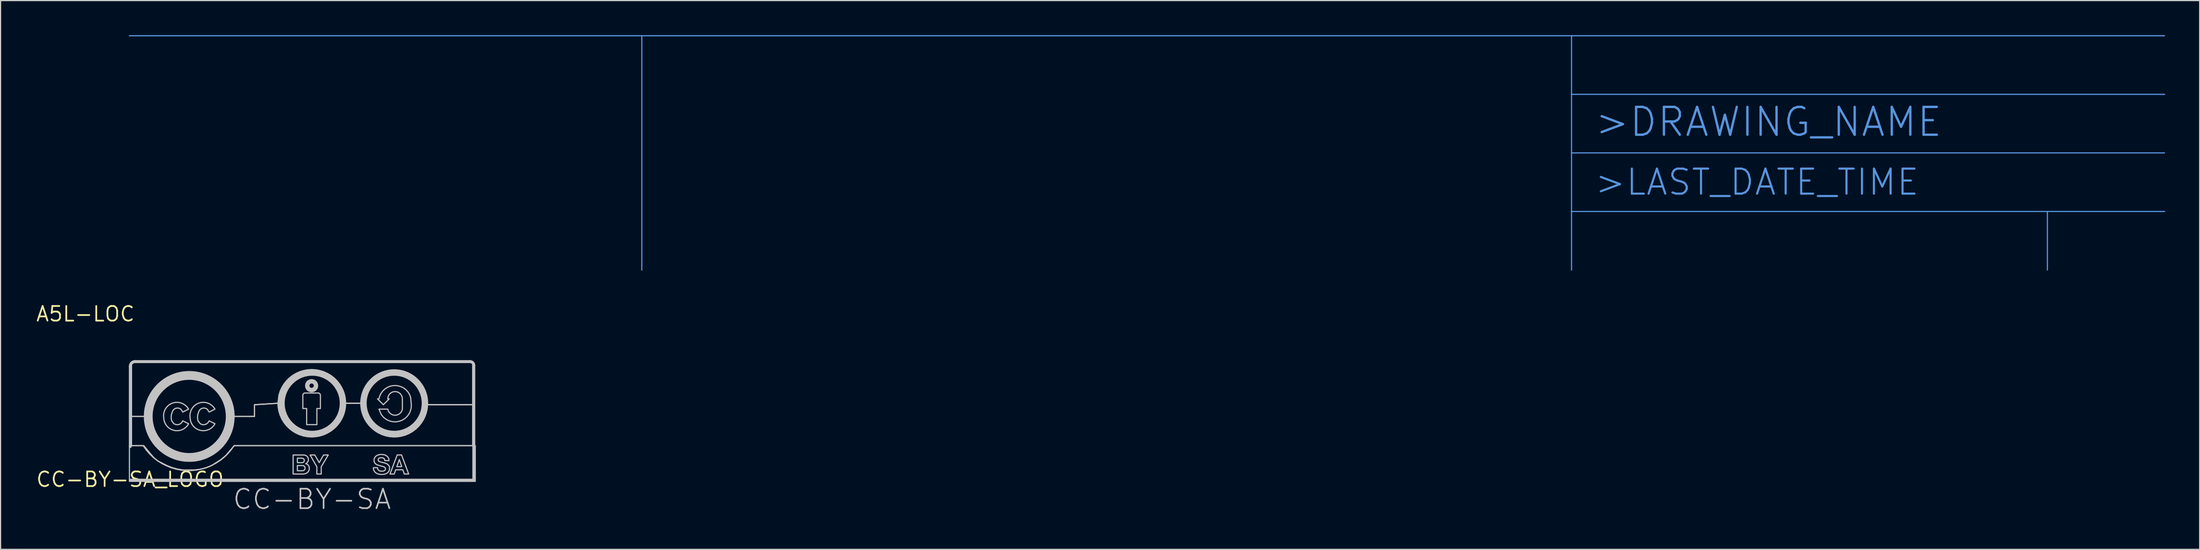
<source format=kicad_pcb>
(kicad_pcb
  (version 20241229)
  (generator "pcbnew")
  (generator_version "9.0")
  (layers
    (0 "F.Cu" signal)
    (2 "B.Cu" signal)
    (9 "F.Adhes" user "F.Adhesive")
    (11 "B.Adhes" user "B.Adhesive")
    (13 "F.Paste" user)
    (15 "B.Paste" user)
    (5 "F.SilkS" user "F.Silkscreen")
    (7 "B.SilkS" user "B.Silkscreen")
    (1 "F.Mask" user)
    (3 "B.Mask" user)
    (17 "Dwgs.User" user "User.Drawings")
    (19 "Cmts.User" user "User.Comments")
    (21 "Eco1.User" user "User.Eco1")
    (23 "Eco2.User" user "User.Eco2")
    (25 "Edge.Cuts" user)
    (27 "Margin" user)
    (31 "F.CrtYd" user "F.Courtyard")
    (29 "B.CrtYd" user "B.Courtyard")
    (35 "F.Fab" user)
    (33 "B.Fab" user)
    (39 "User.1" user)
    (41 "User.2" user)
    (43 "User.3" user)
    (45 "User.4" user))
  (footprint "CC-BY-SA_LOGO"
    (layer "F.Cu")
    (at 8.232 38.533)
    (property "Reference" "CC-BY-SA_LOGO" (at 0 0 0) (layer "F.SilkS") (effects (font (size 1.27 1.27) (thickness 0.15))))
    (attr through_hole)
    (fp_line (start 0.022 -9.812) (end 0.022 -2.853) (stroke (width 0.254) (type solid)) (layer "Dwgs.User"))
    (fp_line (start 0.047 0.068) (end 29.816 0.068) (stroke (width 0.254) (type solid)) (layer "Dwgs.User"))
    (fp_line (start 29.486 -10.219) (end 0.428 -10.219) (stroke (width 0.254) (type solid)) (layer "Dwgs.User"))
    (fp_line (start 29.816 0.068) (end 29.816 -9.888) (stroke (width 0.254) (type solid)) (layer "Dwgs.User"))
    (fp_arc (start 0.0216 -9.8122) (mid 0.140632 -10.099568) (end 0.428 -10.2186) (stroke (width 0.254) (type solid)) (layer "Dwgs.User"))
    (fp_arc (start 29.4856 -10.2186) (mid 29.719087 -10.121887) (end 29.8158 -9.8884) (stroke (width 0.254) (type solid)) (layer "Dwgs.User"))
    (fp_circle (center 5.131 -5.461) (end 8.687 -5.461) (stroke (width 0.762) (type solid)) (fill no) (layer "Dwgs.User"))
    (fp_circle (center 15.748 -8.128) (end 15.938 -8.128) (stroke (width 0.381) (type solid)) (fill no) (layer "Dwgs.User"))
    (fp_circle (center 15.799 -6.604) (end 18.466 -6.604) (stroke (width 0.559) (type solid)) (fill no) (layer "Dwgs.User"))
    (fp_circle (center 22.911 -6.604) (end 25.578 -6.604) (stroke (width 0.559) (type solid)) (fill no) (layer "Dwgs.User"))
    (fp_poly (pts (xy 23.138 -1.106) (xy 23.356 -1.719) (xy 23.567 -1.106)) (stroke (width 0.1) (type solid)) (fill no) (layer "Dwgs.User"))
    (fp_poly (pts (xy 22.547 -0.466) (xy 23.172 -2.121) (xy 23.548 -2.121) (xy 24.167 -0.466) (xy 23.787 -0.465) (xy 23.663 -0.835) (xy 23.041 -0.835) (xy 22.914 -0.466)) (stroke (width 0.1) (type solid)) (fill no) (layer "Dwgs.User"))
    (fp_poly (pts (xy 15.617 -2.116) (xy 16.024 -2.116) (xy 16.405 -1.456) (xy 16.786 -2.116) (xy 17.192 -2.116) (xy 16.582 -1.1) (xy 16.582 -0.465) (xy 16.201 -0.465) (xy 16.201 -1.1)) (stroke (width 0.1) (type solid)) (fill no) (layer "Dwgs.User"))
    (fp_poly (pts (xy 14.986 -6.096) (xy 14.986 -7.366) (xy 15.113 -7.493) (xy 16.383 -7.493) (xy 16.51 -7.366) (xy 16.51 -6.147) (xy 16.205 -6.147) (xy 16.205 -4.75) (xy 15.316 -4.75) (xy 15.316 -6.147) (xy 14.986 -6.147)) (stroke (width 0.1) (type solid)) (fill no) (layer "Dwgs.User"))
    (fp_poly (pts (xy 14.513 -1.838) (xy 14.891 -1.838) (xy 14.913 -1.837) (xy 14.973 -1.826) (xy 15.006 -1.815) (xy 15.051 -1.788) (xy 15.071 -1.765) (xy 15.099 -1.717) (xy 15.105 -1.69) (xy 15.105 -1.581) (xy 15.084 -1.53) (xy 15.002 -1.467) (xy 14.949 -1.452) (xy 14.513 -1.452)) (stroke (width 0.1) (type solid)) (fill no) (layer "Dwgs.User"))
    (fp_poly (pts (xy 14.513 -1.203) (xy 14.989 -1.203) (xy 15.053 -1.185) (xy 15.148 -1.114) (xy 15.173 -1.053) (xy 15.173 -0.925) (xy 15.167 -0.89) (xy 15.136 -0.832) (xy 15.116 -0.811) (xy 15.068 -0.778) (xy 15.038 -0.767) (xy 14.973 -0.752) (xy 14.941 -0.749) (xy 14.513 -0.749)) (stroke (width 0.1) (type solid)) (fill no) (layer "Dwgs.User"))
    (fp_poly (pts (xy -0.08 -2.929) (xy 1.19 -2.929) (xy 1.774 -2.218) (xy 2.066 -1.884) (xy 2.406 -1.599) (xy 3.197 -1.202) (xy 3.652 -1.023) (xy 4.124 -0.894) (xy 4.607 -0.817) (xy 5.584 -0.821) (xy 6.079 -0.879) (xy 6.563 -0.999) (xy 7.028 -1.18) (xy 7.87 -1.71) (xy 8.304 -2.072) (xy 9.039 -2.929) (xy 29.943 -2.929) (xy 29.943 0.17) (xy -0.055 0.17) (xy -0.055 -2.929) (xy -0.029 -2.929)) (stroke (width 0.1) (type solid)) (fill no) (layer "Dwgs.User"))
    (fp_poly (pts (xy 14.144 -2.116) (xy 15.058 -2.116) (xy 15.211 -2.091) (xy 15.262 -2.065) (xy 15.338 -2.014) (xy 15.389 -1.964) (xy 15.439 -1.862) (xy 15.465 -1.786) (xy 15.465 -1.633) (xy 15.439 -1.557) (xy 15.363 -1.456) (xy 15.312 -1.405) (xy 15.236 -1.354) (xy 15.338 -1.329) (xy 15.414 -1.278) (xy 15.516 -1.151) (xy 15.541 -1.049) (xy 15.541 -0.871) (xy 15.516 -0.77) (xy 15.439 -0.643) (xy 15.414 -0.617) (xy 15.262 -0.516) (xy 15.058 -0.465) (xy 14.144 -0.465)) (stroke (width 0.1) (type solid)) (fill no) (layer "Dwgs.User"))
    (fp_poly (pts (xy 5.08 -6.096) (xy 4.947 -6.285) (xy 4.779 -6.444) (xy 4.582 -6.567) (xy 4.366 -6.648) (xy 4.137 -6.685) (xy 3.906 -6.676) (xy 3.681 -6.621) (xy 3.471 -6.522) (xy 3.285 -6.384) (xy 3.131 -6.212) (xy 3.013 -6.013) (xy 2.937 -5.794) (xy 2.906 -5.565) (xy 2.921 -5.334) (xy 2.951 -5.105) (xy 3.027 -4.887) (xy 3.144 -4.688) (xy 3.299 -4.517) (xy 3.485 -4.381) (xy 3.695 -4.284) (xy 3.919 -4.231) (xy 4.15 -4.224) (xy 4.377 -4.263) (xy 4.592 -4.348) (xy 4.786 -4.473) (xy 4.951 -4.635) (xy 5.08 -4.826) (xy 4.572 -5.08) (xy 4.497 -4.943) (xy 4.384 -4.835) (xy 4.244 -4.766) (xy 4.089 -4.742) (xy 3.935 -4.766) (xy 3.795 -4.835) (xy 3.607 -5.08) (xy 3.607 -5.08) (xy 3.564 -5.336) (xy 3.581 -5.594) (xy 3.658 -5.842) (xy 3.658 -5.842) (xy 3.721 -5.982) (xy 3.827 -6.095) (xy 3.963 -6.168) (xy 4.115 -6.193) (xy 4.267 -6.168) (xy 4.403 -6.095) (xy 4.572 -5.842)) (stroke (width 0.1) (type solid)) (fill no) (layer "Dwgs.User"))
    (fp_poly (pts (xy 7.366 -6.096) (xy 7.233 -6.285) (xy 7.065 -6.444) (xy 6.868 -6.567) (xy 6.652 -6.648) (xy 6.423 -6.685) (xy 6.192 -6.676) (xy 5.967 -6.621) (xy 5.757 -6.522) (xy 5.571 -6.384) (xy 5.417 -6.212) (xy 5.299 -6.013) (xy 5.223 -5.794) (xy 5.192 -5.565) (xy 5.207 -5.334) (xy 5.237 -5.105) (xy 5.313 -4.887) (xy 5.43 -4.688) (xy 5.585 -4.517) (xy 5.771 -4.381) (xy 5.981 -4.284) (xy 6.205 -4.231) (xy 6.436 -4.224) (xy 6.663 -4.263) (xy 6.878 -4.348) (xy 7.072 -4.473) (xy 7.237 -4.635) (xy 7.366 -4.826) (xy 6.858 -5.08) (xy 6.783 -4.943) (xy 6.67 -4.835) (xy 6.53 -4.766) (xy 6.375 -4.742) (xy 6.221 -4.766) (xy 6.081 -4.835) (xy 5.893 -5.08) (xy 5.893 -5.08) (xy 5.85 -5.336) (xy 5.867 -5.594) (xy 5.944 -5.842) (xy 5.944 -5.842) (xy 6.007 -5.982) (xy 6.113 -6.095) (xy 6.249 -6.168) (xy 6.401 -6.193) (xy 6.553 -6.168) (xy 6.689 -6.095) (xy 6.858 -5.842)) (stroke (width 0.1) (type solid)) (fill no) (layer "Dwgs.User"))
    (fp_poly (pts (xy 21.971 -6.477) (xy 21.463 -6.985) (xy 21.59 -6.985) (xy 21.59 -6.985) (xy 21.657 -7.229) (xy 21.767 -7.457) (xy 21.916 -7.662) (xy 22.099 -7.837) (xy 22.31 -7.977) (xy 22.543 -8.076) (xy 22.79 -8.132) (xy 23.043 -8.143) (xy 23.294 -8.109) (xy 23.535 -8.031) (xy 23.758 -7.91) (xy 23.955 -7.752) (xy 24.122 -7.561) (xy 24.251 -7.344) (xy 24.34 -7.106) (xy 24.384 -6.604) (xy 24.384 -6.604) (xy 24.396 -6.349) (xy 24.362 -6.097) (xy 24.283 -5.854) (xy 24.163 -5.629) (xy 24.004 -5.43) (xy 23.812 -5.262) (xy 23.593 -5.131) (xy 23.355 -5.041) (xy 23.104 -4.995) (xy 22.849 -4.995) (xy 22.598 -5.041) (xy 22.359 -5.131) (xy 22.14 -5.261) (xy 21.948 -5.429) (xy 21.789 -5.629) (xy 21.59 -6.096) (xy 22.352 -6.096) (xy 22.352 -6.096) (xy 22.407 -5.925) (xy 22.508 -5.777) (xy 22.645 -5.661) (xy 22.809 -5.588) (xy 22.987 -5.563) (xy 23.165 -5.588) (xy 23.329 -5.661) (xy 23.466 -5.777) (xy 23.567 -5.925) (xy 23.622 -6.096) (xy 23.622 -6.985) (xy 23.6 -7.149) (xy 23.537 -7.303) (xy 23.436 -7.434) (xy 23.305 -7.535) (xy 23.151 -7.598) (xy 22.987 -7.62) (xy 22.823 -7.598) (xy 22.669 -7.535) (xy 22.538 -7.434) (xy 22.437 -7.303) (xy 22.374 -7.149) (xy 22.352 -6.985) (xy 22.479 -6.985)) (stroke (width 0.1) (type solid)) (fill no) (layer "Dwgs.User"))
    (fp_poly (pts (xy 0.127 -5.461) (xy 0.127 -10.16) (xy 29.718 -10.16) (xy 29.718 -6.477) (xy 25.781 -6.477) (xy 25.768 -6.822) (xy 25.713 -7.163) (xy 25.618 -7.494) (xy 25.483 -7.812) (xy 25.311 -8.111) (xy 25.104 -8.388) (xy 24.866 -8.637) (xy 24.599 -8.856) (xy 24.308 -9.041) (xy 23.996 -9.19) (xy 23.669 -9.3) (xy 23.331 -9.37) (xy 22.987 -9.398) (xy 22.642 -9.385) (xy 22.301 -9.33) (xy 21.97 -9.235) (xy 21.652 -9.1) (xy 21.353 -8.928) (xy 21.076 -8.721) (xy 20.827 -8.483) (xy 20.608 -8.216) (xy 20.423 -7.925) (xy 20.274 -7.613) (xy 20.164 -7.286) (xy 20.094 -6.948) (xy 20.066 -6.604) (xy 18.669 -6.604) (xy 18.648 -6.956) (xy 18.584 -7.303) (xy 18.479 -7.64) (xy 18.334 -7.961) (xy 18.152 -8.263) (xy 17.934 -8.541) (xy 17.685 -8.79) (xy 17.407 -9.008) (xy 17.105 -9.19) (xy 16.784 -9.335) (xy 16.447 -9.44) (xy 16.1 -9.504) (xy 15.748 -9.525) (xy 15.396 -9.504) (xy 15.049 -9.44) (xy 14.712 -9.335) (xy 14.391 -9.19) (xy 14.089 -9.008) (xy 13.811 -8.79) (xy 13.562 -8.541) (xy 13.344 -8.263) (xy 13.162 -7.961) (xy 13.017 -7.64) (xy 12.912 -7.303) (xy 12.827 -6.604) (xy 10.795 -6.477) (xy 10.795 -5.461) (xy 9.017 -5.461) (xy 8.996 -5.866) (xy 8.932 -6.266) (xy 8.827 -6.658) (xy 8.682 -7.036) (xy 8.498 -7.398) (xy 8.277 -7.738) (xy 8.022 -8.053) (xy 7.735 -8.34) (xy 7.42 -8.595) (xy 7.08 -8.816) (xy 6.719 -9) (xy 6.34 -9.145) (xy 5.949 -9.25) (xy 5.548 -9.313) (xy 5.144 -9.335) (xy 4.739 -9.313) (xy 4.338 -9.25) (xy 3.947 -9.145) (xy 3.568 -9) (xy 3.207 -8.816) (xy 2.867 -8.595) (xy 2.552 -8.34) (xy 2.265 -8.053) (xy 2.01 -7.738) (xy 1.789 -7.398) (xy 1.605 -7.036) (xy 1.46 -6.658) (xy 1.355 -6.266) (xy 1.291 -5.866) (xy 1.27 -5.461)) (stroke (width 0.1) (type solid)) (fill no) (layer "Dwgs.User"))
    (fp_poly (pts (xy 22.453 -1.629) (xy 22.45 -1.724) (xy 22.431 -1.813) (xy 22.362 -1.933) (xy 22.31 -1.994) (xy 22.193 -2.078) (xy 22.119 -2.115) (xy 21.965 -2.152) (xy 21.878 -2.16) (xy 21.731 -2.163) (xy 21.643 -2.155) (xy 21.492 -2.11) (xy 21.426 -2.083) (xy 21.305 -1.998) (xy 21.26 -1.941) (xy 21.189 -1.829) (xy 21.172 -1.75) (xy 21.167 -1.589) (xy 21.183 -1.515) (xy 21.239 -1.412) (xy 21.279 -1.365) (xy 21.387 -1.288) (xy 21.41 -1.277) (xy 21.532 -1.225) (xy 21.657 -1.19) (xy 21.903 -1.127) (xy 21.984 -1.103) (xy 22.031 -1.082) (xy 22.079 -1.058) (xy 22.113 -1.026) (xy 22.143 -0.994) (xy 22.154 -0.963) (xy 22.153 -0.881) (xy 22.145 -0.842) (xy 22.106 -0.793) (xy 22.08 -0.773) (xy 22.026 -0.743) (xy 21.976 -0.727) (xy 21.897 -0.712) (xy 21.826 -0.711) (xy 21.781 -0.714) (xy 21.722 -0.719) (xy 21.661 -0.736) (xy 21.606 -0.759) (xy 21.554 -0.796) (xy 21.521 -0.831) (xy 21.495 -0.878) (xy 21.469 -0.934) (xy 21.464 -0.968) (xy 21.464 -1.016) (xy 21.109 -1.016) (xy 21.11 -0.921) (xy 21.13 -0.826) (xy 21.205 -0.683) (xy 21.254 -0.622) (xy 21.394 -0.519) (xy 21.464 -0.484) (xy 21.615 -0.445) (xy 21.706 -0.431) (xy 21.86 -0.431) (xy 21.929 -0.432) (xy 22.013 -0.439) (xy 22.13 -0.471) (xy 22.199 -0.495) (xy 22.273 -0.529) (xy 22.388 -0.624) (xy 22.434 -0.683) (xy 22.491 -0.81) (xy 22.505 -0.891) (xy 22.507 -1.045) (xy 22.487 -1.127) (xy 22.423 -1.225) (xy 22.36 -1.291) (xy 22.291 -1.341) (xy 22.24 -1.372) (xy 22.166 -1.399) (xy 22.014 -1.443) (xy 21.791 -1.496) (xy 21.649 -1.536) (xy 21.57 -1.578) (xy 21.538 -1.613) (xy 21.525 -1.645) (xy 21.521 -1.702) (xy 21.525 -1.75) (xy 21.559 -1.805) (xy 21.636 -1.859) (xy 21.733 -1.88) (xy 21.839 -1.879) (xy 21.923 -1.864) (xy 21.974 -1.845) (xy 22.031 -1.808) (xy 22.063 -1.761) (xy 22.087 -1.71) (xy 22.095 -1.628) (xy 22.455 -1.626)) (stroke (width 0.1) (type solid)) (fill no) (layer "Dwgs.User"))
    (fp_poly (pts (xy 0.127 -5.461) (xy 1.27 -5.461) (xy 1.291 -5.056) (xy 1.355 -4.656) (xy 1.46 -4.264) (xy 1.605 -3.886) (xy 1.789 -3.524) (xy 2.01 -3.184) (xy 2.265 -2.869) (xy 2.552 -2.582) (xy 2.867 -2.327) (xy 3.207 -2.106) (xy 3.568 -1.922) (xy 3.947 -1.777) (xy 4.338 -1.672) (xy 4.739 -1.609) (xy 5.144 -1.587) (xy 5.548 -1.609) (xy 5.949 -1.672) (xy 6.34 -1.777) (xy 6.719 -1.922) (xy 7.08 -2.106) (xy 7.42 -2.327) (xy 7.735 -2.582) (xy 8.022 -2.869) (xy 8.277 -3.184) (xy 8.498 -3.524) (xy 8.682 -3.886) (xy 8.827 -4.264) (xy 8.932 -4.656) (xy 9.017 -5.461) (xy 10.795 -5.461) (xy 10.795 -6.477) (xy 12.827 -6.604) (xy 12.848 -6.252) (xy 12.912 -5.905) (xy 13.017 -5.568) (xy 13.162 -5.247) (xy 13.344 -4.945) (xy 13.562 -4.667) (xy 13.811 -4.418) (xy 14.089 -4.2) (xy 14.391 -4.018) (xy 14.712 -3.873) (xy 15.049 -3.768) (xy 15.396 -3.704) (xy 15.748 -3.683) (xy 16.1 -3.704) (xy 16.447 -3.768) (xy 16.784 -3.873) (xy 17.105 -4.018) (xy 17.407 -4.2) (xy 17.685 -4.418) (xy 17.934 -4.667) (xy 18.152 -4.945) (xy 18.334 -5.247) (xy 18.479 -5.568) (xy 18.584 -5.905) (xy 18.648 -6.252) (xy 18.669 -6.604) (xy 20.066 -6.604) (xy 20.079 -6.259) (xy 20.134 -5.918) (xy 20.229 -5.587) (xy 20.364 -5.269) (xy 20.536 -4.97) (xy 20.743 -4.693) (xy 20.981 -4.444) (xy 21.248 -4.225) (xy 21.539 -4.04) (xy 21.851 -3.891) (xy 22.178 -3.781) (xy 22.516 -3.711) (xy 22.86 -3.683) (xy 23.205 -3.696) (xy 23.546 -3.751) (xy 23.877 -3.846) (xy 24.195 -3.981) (xy 24.494 -4.153) (xy 24.771 -4.36) (xy 25.02 -4.598) (xy 25.239 -4.865) (xy 25.424 -5.156) (xy 25.573 -5.468) (xy 25.683 -5.795) (xy 25.753 -6.133) (xy 25.781 -6.477) (xy 29.718 -6.477) (xy 29.718 -2.921) (xy 9.017 -2.921) (xy 9.017 -2.921) (xy 8.76 -2.557) (xy 8.469 -2.219) (xy 8.147 -1.91) (xy 7.797 -1.633) (xy 7.422 -1.391) (xy 7.026 -1.186) (xy 6.613 -1.02) (xy 6.185 -0.894) (xy 5.747 -0.809) (xy 5.303 -0.766) (xy 4.857 -0.766) (xy 4.413 -0.809) (xy 3.975 -0.894) (xy 3.547 -1.02) (xy 3.134 -1.186) (xy 2.738 -1.391) (xy 2.363 -1.633) (xy 2.013 -1.91) (xy 1.691 -2.219) (xy 1.4 -2.557) (xy 1.143 -2.921) (xy 0.127 -2.921)) (stroke (width 0.1) (type solid)) (fill no) (layer "Dwgs.User"))
    (fp_text user "CC-BY-SA" (at 8.81 2.71 0) (layer "Dwgs.User") (effects (font (size 1.689 1.689) (thickness 0.142)) (justify left bottom))))
  (footprint "A5L-LOC"
    (layer "F.Cu")
    (at 4.362 24.181)
    (property "Reference" "A5L-LOC" (at 0 0 0) (layer "F.SilkS") (effects (font (size 1.27 1.27) (thickness 0.15))))
    (attr through_hole)
    (fp_line (start 48.26 -24.13) (end 3.81 -24.13) (stroke (width 0.102) (type solid)) (layer "Cmts.User"))
    (fp_line (start 48.26 -24.13) (end 128.905 -24.13) (stroke (width 0.102) (type solid)) (layer "Cmts.User"))
    (fp_line (start 48.26 -3.81) (end 48.26 -24.13) (stroke (width 0.102) (type solid)) (layer "Cmts.User"))
    (fp_line (start 128.905 -24.13) (end 180.34 -24.13) (stroke (width 0.102) (type solid)) (layer "Cmts.User"))
    (fp_line (start 128.905 -19.05) (end 128.905 -24.13) (stroke (width 0.102) (type solid)) (layer "Cmts.User"))
    (fp_line (start 128.905 -19.05) (end 180.34 -19.05) (stroke (width 0.102) (type solid)) (layer "Cmts.User"))
    (fp_line (start 128.905 -13.97) (end 128.905 -19.05) (stroke (width 0.102) (type solid)) (layer "Cmts.User"))
    (fp_line (start 128.905 -13.97) (end 180.34 -13.97) (stroke (width 0.102) (type solid)) (layer "Cmts.User"))
    (fp_line (start 128.905 -8.89) (end 128.905 -13.97) (stroke (width 0.102) (type solid)) (layer "Cmts.User"))
    (fp_line (start 128.905 -8.89) (end 128.905 -3.81) (stroke (width 0.102) (type solid)) (layer "Cmts.User"))
    (fp_line (start 170.18 -8.89) (end 128.905 -8.89) (stroke (width 0.102) (type solid)) (layer "Cmts.User"))
    (fp_line (start 170.18 -8.89) (end 180.34 -8.89) (stroke (width 0.102) (type solid)) (layer "Cmts.User"))
    (fp_line (start 170.18 -3.81) (end 170.18 -8.89) (stroke (width 0.102) (type solid)) (layer "Cmts.User"))
    (fp_text user ">LAST_DATE_TIME" (at 130.81 -10.16 0) (layer "Cmts.User") (effects (font (size 2.172 2.172) (thickness 0.183)) (justify left bottom)))
    (fp_text user ">DRAWING_NAME" (at 130.81 -15.24 0) (layer "Cmts.User") (effects (font (size 2.413 2.413) (thickness 0.203)) (justify left bottom))))
  (gr_rect
    (start -3 -3)
    (end 187.752 44.602)
    (stroke (width 0.1) (type default))
    (fill no)
    (layer "Edge.Cuts")))
</source>
